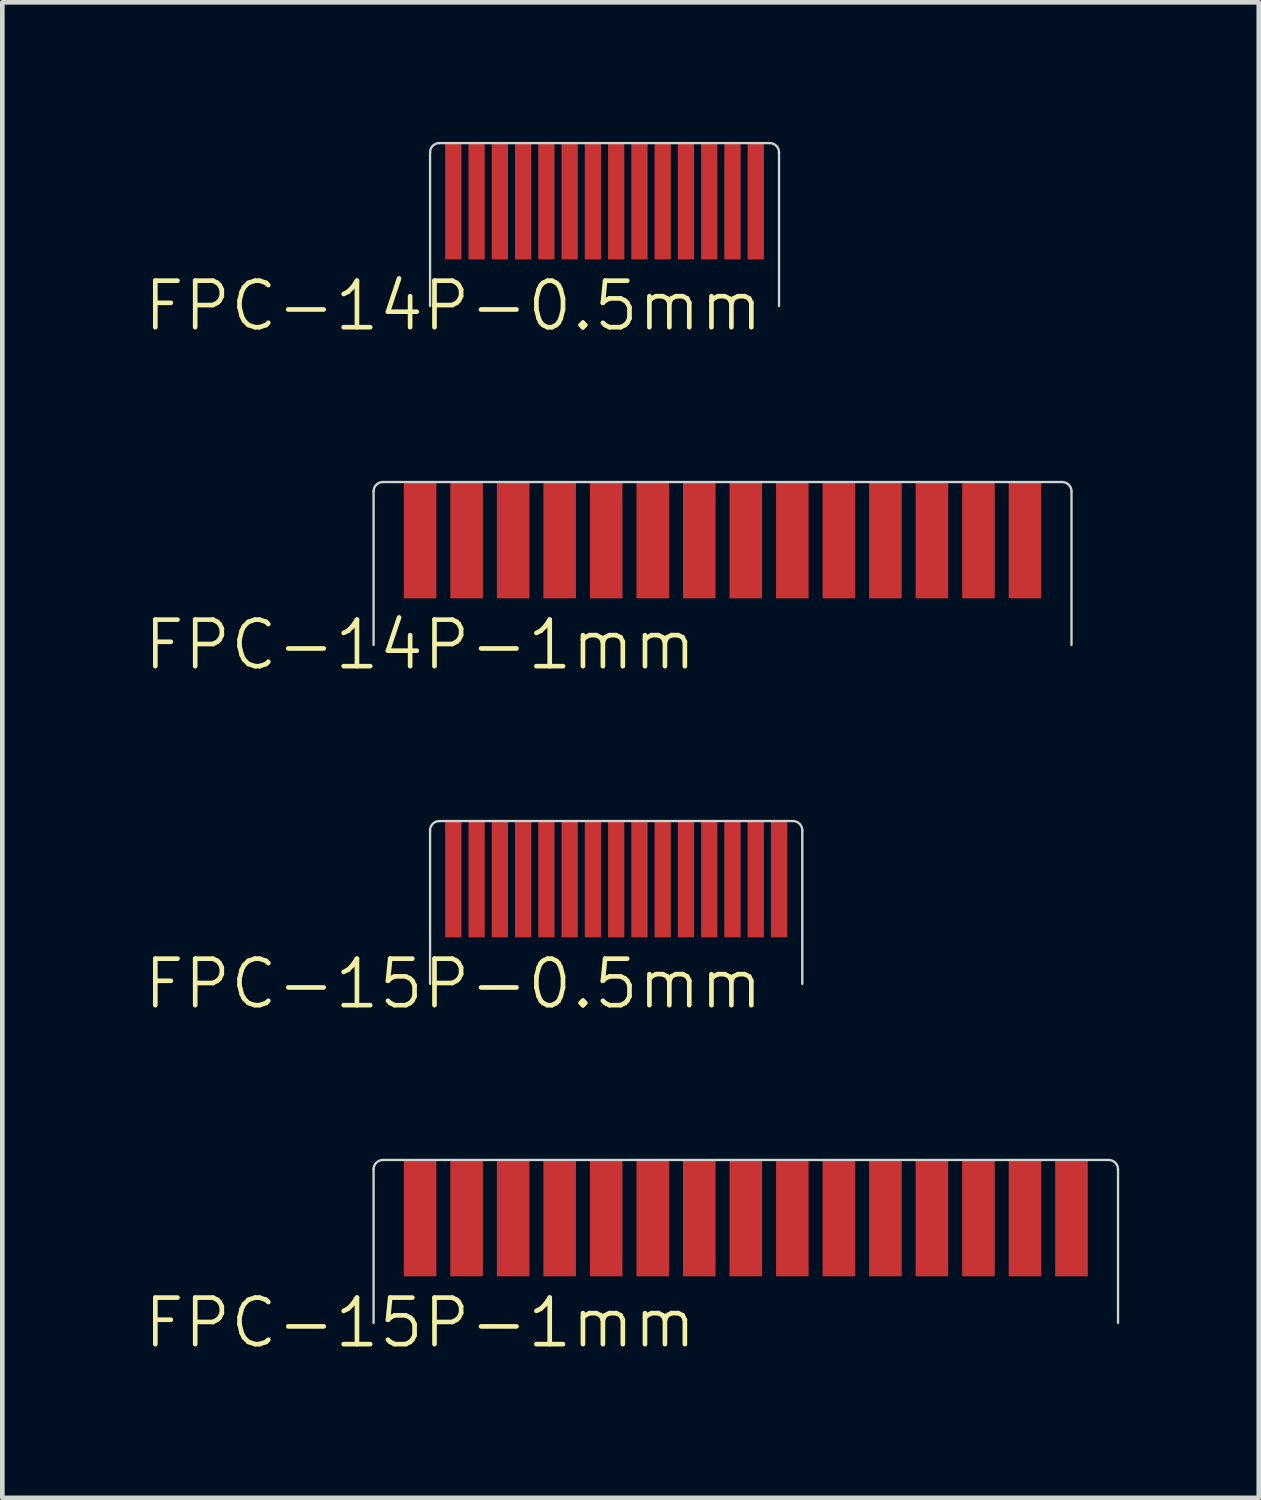
<source format=kicad_pcb>
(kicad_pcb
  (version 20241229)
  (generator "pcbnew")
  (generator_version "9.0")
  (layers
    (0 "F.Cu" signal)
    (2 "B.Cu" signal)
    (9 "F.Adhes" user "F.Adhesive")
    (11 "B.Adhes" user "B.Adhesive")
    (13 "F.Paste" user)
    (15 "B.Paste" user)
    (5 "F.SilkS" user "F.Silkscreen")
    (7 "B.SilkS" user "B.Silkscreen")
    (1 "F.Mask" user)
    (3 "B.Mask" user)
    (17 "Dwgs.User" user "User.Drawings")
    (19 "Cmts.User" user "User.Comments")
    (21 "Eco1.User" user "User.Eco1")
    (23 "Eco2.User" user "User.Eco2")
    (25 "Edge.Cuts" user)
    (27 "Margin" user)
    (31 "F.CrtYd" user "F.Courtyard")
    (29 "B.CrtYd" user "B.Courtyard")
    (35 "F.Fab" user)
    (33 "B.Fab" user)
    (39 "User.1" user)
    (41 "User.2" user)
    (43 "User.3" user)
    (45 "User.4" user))
  (footprint "FPC-14P-1mm"
    (layer "F.Cu")
    (at 5.979 8.56)
    (property "Reference" "FPC-14P-1mm" (at 0 2.25 0) (unlocked yes) (layer "F.SilkS") (effects (font (size 1 1) (thickness 0.1))))
    (attr smd)
    (fp_line (start -1 2.25) (end -1 -1.05) (stroke (width 0.05) (type default)) (layer "Edge.Cuts"))
    (fp_line (start -0.8 -1.25) (end 13.8 -1.25) (stroke (width 0.05) (type default)) (layer "Edge.Cuts"))
    (fp_line (start 14 2.25) (end 14 -1.05) (stroke (width 0.05) (type default)) (layer "Edge.Cuts"))
    (fp_arc (start -1 -1.05) (mid -0.941421 -1.191421) (end -0.8 -1.25) (stroke (width 0.05) (type default)) (layer "Edge.Cuts"))
    (fp_arc (start 13.8 -1.25) (mid 13.941421 -1.191421) (end 14 -1.05) (stroke (width 0.05) (type default)) (layer "Edge.Cuts"))
    (fp_line (start -1 2.25) (end -1 -1.05) (stroke (width 0.05) (type default)) (layer "User.1"))
    (fp_line (start -1 2.25) (end 14 2.25) (stroke (width 0.05) (type default)) (layer "User.1"))
    (fp_line (start -0.8 -1.25) (end 13.8 -1.25) (stroke (width 0.05) (type default)) (layer "User.1"))
    (fp_line (start 14 2.25) (end 14 -1.05) (stroke (width 0.05) (type default)) (layer "User.1"))
    (fp_arc (start -1 -1.05) (mid -0.941421 -1.191421) (end -0.8 -1.25) (stroke (width 0.05) (type default)) (layer "User.1"))
    (fp_arc (start 13.8 -1.25) (mid 13.941421 -1.191421) (end 14 -1.05) (stroke (width 0.05) (type default)) (layer "User.1"))
    (pad "1" smd rect (at 0 0 90) (size 2.5 0.7) (layers "F.Cu" "F.Mask" "F.Paste"))
    (pad "2" smd rect (at 1 0 90) (size 2.5 0.7) (layers "F.Cu" "F.Mask" "F.Paste"))
    (pad "3" smd rect (at 2 0 90) (size 2.5 0.7) (layers "F.Cu" "F.Mask" "F.Paste"))
    (pad "4" smd rect (at 3 0 90) (size 2.5 0.7) (layers "F.Cu" "F.Mask" "F.Paste"))
    (pad "5" smd rect (at 4 0 90) (size 2.5 0.7) (layers "F.Cu" "F.Mask" "F.Paste"))
    (pad "6" smd rect (at 5 0 90) (size 2.5 0.7) (layers "F.Cu" "F.Mask" "F.Paste"))
    (pad "7" smd rect (at 6 0 90) (size 2.5 0.7) (layers "F.Cu" "F.Mask" "F.Paste"))
    (pad "8" smd rect (at 7 0 90) (size 2.5 0.7) (layers "F.Cu" "F.Mask" "F.Paste"))
    (pad "9" smd rect (at 8 0 90) (size 2.5 0.7) (layers "F.Cu" "F.Mask" "F.Paste"))
    (pad "10" smd rect (at 9 0 90) (size 2.5 0.7) (layers "F.Cu" "F.Mask" "F.Paste"))
    (pad "11" smd rect (at 10 0 90) (size 2.5 0.7) (layers "F.Cu" "F.Mask" "F.Paste"))
    (pad "12" smd rect (at 11 0 90) (size 2.5 0.7) (layers "F.Cu" "F.Mask" "F.Paste"))
    (pad "13" smd rect (at 12 0 90) (size 2.5 0.7) (layers "F.Cu" "F.Mask" "F.Paste"))
    (pad "14" smd rect (at 13 0 90) (size 2.5 0.7) (layers "F.Cu" "F.Mask" "F.Paste")))
  (footprint "FPC-15P-0.5mm"
    (layer "F.Cu")
    (at 6.693 15.846)
    (property "Reference" "FPC-15P-0.5mm" (at 0 2.25 0) (unlocked yes) (layer "F.SilkS") (effects (font (size 1 1) (thickness 0.1))))
    (attr smd)
    (fp_line (start -0.5 2.25) (end -0.5 -1.05) (stroke (width 0.05) (type default)) (layer "Edge.Cuts"))
    (fp_line (start -0.3 -1.25) (end 7.3 -1.25) (stroke (width 0.05) (type default)) (layer "Edge.Cuts"))
    (fp_line (start 7.5 2.25) (end 7.5 -1.05) (stroke (width 0.05) (type default)) (layer "Edge.Cuts"))
    (fp_arc (start -0.5 -1.05) (mid -0.441421 -1.191421) (end -0.3 -1.25) (stroke (width 0.05) (type default)) (layer "Edge.Cuts"))
    (fp_arc (start 7.3 -1.25) (mid 7.441421 -1.191421) (end 7.5 -1.05) (stroke (width 0.05) (type default)) (layer "Edge.Cuts"))
    (fp_line (start -0.5 2.25) (end -0.5 -1.05) (stroke (width 0.05) (type default)) (layer "User.1"))
    (fp_line (start -0.5 2.25) (end 7.5 2.25) (stroke (width 0.05) (type default)) (layer "User.1"))
    (fp_line (start -0.3 -1.25) (end 7.3 -1.25) (stroke (width 0.05) (type default)) (layer "User.1"))
    (fp_line (start 7.5 2.25) (end 7.5 -1.05) (stroke (width 0.05) (type default)) (layer "User.1"))
    (fp_arc (start -0.5 -1.05) (mid -0.441421 -1.191421) (end -0.3 -1.25) (stroke (width 0.05) (type default)) (layer "User.1"))
    (fp_arc (start 7.3 -1.25) (mid 7.441421 -1.191421) (end 7.5 -1.05) (stroke (width 0.05) (type default)) (layer "User.1"))
    (pad "1" smd rect (at 0 0 90) (size 2.5 0.35) (layers "F.Cu" "F.Mask" "F.Paste"))
    (pad "2" smd rect (at 0.5 0 90) (size 2.5 0.35) (layers "F.Cu" "F.Mask" "F.Paste"))
    (pad "3" smd rect (at 1 0 90) (size 2.5 0.35) (layers "F.Cu" "F.Mask" "F.Paste"))
    (pad "4" smd rect (at 1.5 0 90) (size 2.5 0.35) (layers "F.Cu" "F.Mask" "F.Paste"))
    (pad "5" smd rect (at 2 0 90) (size 2.5 0.35) (layers "F.Cu" "F.Mask" "F.Paste"))
    (pad "6" smd rect (at 2.5 0 90) (size 2.5 0.35) (layers "F.Cu" "F.Mask" "F.Paste"))
    (pad "7" smd rect (at 3 0 90) (size 2.5 0.35) (layers "F.Cu" "F.Mask" "F.Paste"))
    (pad "8" smd rect (at 3.5 0 90) (size 2.5 0.35) (layers "F.Cu" "F.Mask" "F.Paste"))
    (pad "9" smd rect (at 4 0 90) (size 2.5 0.35) (layers "F.Cu" "F.Mask" "F.Paste"))
    (pad "10" smd rect (at 4.5 0 90) (size 2.5 0.35) (layers "F.Cu" "F.Mask" "F.Paste"))
    (pad "11" smd rect (at 5 0 90) (size 2.5 0.35) (layers "F.Cu" "F.Mask" "F.Paste"))
    (pad "12" smd rect (at 5.5 0 90) (size 2.5 0.35) (layers "F.Cu" "F.Mask" "F.Paste"))
    (pad "13" smd rect (at 6 0 90) (size 2.5 0.35) (layers "F.Cu" "F.Mask" "F.Paste"))
    (pad "14" smd rect (at 6.5 0 90) (size 2.5 0.35) (layers "F.Cu" "F.Mask" "F.Paste"))
    (pad "15" smd rect (at 7 0 90) (size 2.5 0.35) (layers "F.Cu" "F.Mask" "F.Paste")))
  (footprint "FPC-14P-0.5mm"
    (layer "F.Cu")
    (at 6.693 1.275)
    (property "Reference" "FPC-14P-0.5mm" (at 0 2.25 0) (unlocked yes) (layer "F.SilkS") (effects (font (size 1 1) (thickness 0.1))))
    (attr smd)
    (fp_line (start -0.5 2.25) (end -0.5 -1.05) (stroke (width 0.05) (type default)) (layer "Edge.Cuts"))
    (fp_line (start -0.3 -1.25) (end 6.8 -1.25) (stroke (width 0.05) (type default)) (layer "Edge.Cuts"))
    (fp_line (start 7 2.25) (end 7 -1.05) (stroke (width 0.05) (type default)) (layer "Edge.Cuts"))
    (fp_arc (start -0.5 -1.05) (mid -0.441421 -1.191421) (end -0.3 -1.25) (stroke (width 0.05) (type default)) (layer "Edge.Cuts"))
    (fp_arc (start 6.8 -1.25) (mid 6.941421 -1.191421) (end 7 -1.05) (stroke (width 0.05) (type default)) (layer "Edge.Cuts"))
    (fp_line (start -0.5 2.25) (end -0.5 -1.05) (stroke (width 0.05) (type default)) (layer "User.1"))
    (fp_line (start -0.5 2.25) (end 7 2.25) (stroke (width 0.05) (type default)) (layer "User.1"))
    (fp_line (start -0.3 -1.25) (end 6.8 -1.25) (stroke (width 0.05) (type default)) (layer "User.1"))
    (fp_line (start 7 2.25) (end 7 -1.05) (stroke (width 0.05) (type default)) (layer "User.1"))
    (fp_arc (start -0.5 -1.05) (mid -0.441421 -1.191421) (end -0.3 -1.25) (stroke (width 0.05) (type default)) (layer "User.1"))
    (fp_arc (start 6.8 -1.25) (mid 6.941421 -1.191421) (end 7 -1.05) (stroke (width 0.05) (type default)) (layer "User.1"))
    (pad "1" smd rect (at 0 0 90) (size 2.5 0.35) (layers "F.Cu" "F.Mask" "F.Paste"))
    (pad "2" smd rect (at 0.5 0 90) (size 2.5 0.35) (layers "F.Cu" "F.Mask" "F.Paste"))
    (pad "3" smd rect (at 1 0 90) (size 2.5 0.35) (layers "F.Cu" "F.Mask" "F.Paste"))
    (pad "4" smd rect (at 1.5 0 90) (size 2.5 0.35) (layers "F.Cu" "F.Mask" "F.Paste"))
    (pad "5" smd rect (at 2 0 90) (size 2.5 0.35) (layers "F.Cu" "F.Mask" "F.Paste"))
    (pad "6" smd rect (at 2.5 0 90) (size 2.5 0.35) (layers "F.Cu" "F.Mask" "F.Paste"))
    (pad "7" smd rect (at 3 0 90) (size 2.5 0.35) (layers "F.Cu" "F.Mask" "F.Paste"))
    (pad "8" smd rect (at 3.5 0 90) (size 2.5 0.35) (layers "F.Cu" "F.Mask" "F.Paste"))
    (pad "9" smd rect (at 4 0 90) (size 2.5 0.35) (layers "F.Cu" "F.Mask" "F.Paste"))
    (pad "10" smd rect (at 4.5 0 90) (size 2.5 0.35) (layers "F.Cu" "F.Mask" "F.Paste"))
    (pad "11" smd rect (at 5 0 90) (size 2.5 0.35) (layers "F.Cu" "F.Mask" "F.Paste"))
    (pad "12" smd rect (at 5.5 0 90) (size 2.5 0.35) (layers "F.Cu" "F.Mask" "F.Paste"))
    (pad "13" smd rect (at 6 0 90) (size 2.5 0.35) (layers "F.Cu" "F.Mask" "F.Paste"))
    (pad "14" smd rect (at 6.5 0 90) (size 2.5 0.35) (layers "F.Cu" "F.Mask" "F.Paste")))
  (footprint "FPC-15P-1mm"
    (layer "F.Cu")
    (at 5.979 23.131)
    (property "Reference" "FPC-15P-1mm" (at 0 2.25 0) (unlocked yes) (layer "F.SilkS") (effects (font (size 1 1) (thickness 0.1))))
    (attr smd)
    (fp_line (start -1 2.25) (end -1 -1.05) (stroke (width 0.05) (type default)) (layer "Edge.Cuts"))
    (fp_line (start -0.8 -1.25) (end 14.8 -1.25) (stroke (width 0.05) (type default)) (layer "Edge.Cuts"))
    (fp_line (start 15 2.25) (end 15 -1.05) (stroke (width 0.05) (type default)) (layer "Edge.Cuts"))
    (fp_arc (start -1 -1.05) (mid -0.941421 -1.191421) (end -0.8 -1.25) (stroke (width 0.05) (type default)) (layer "Edge.Cuts"))
    (fp_arc (start 14.8 -1.25) (mid 14.941421 -1.191421) (end 15 -1.05) (stroke (width 0.05) (type default)) (layer "Edge.Cuts"))
    (fp_line (start -1 2.25) (end -1 -1.05) (stroke (width 0.05) (type default)) (layer "User.1"))
    (fp_line (start -1 2.25) (end 15 2.25) (stroke (width 0.05) (type default)) (layer "User.1"))
    (fp_line (start -0.8 -1.25) (end 14.8 -1.25) (stroke (width 0.05) (type default)) (layer "User.1"))
    (fp_line (start 15 2.25) (end 15 -1.05) (stroke (width 0.05) (type default)) (layer "User.1"))
    (fp_arc (start -1 -1.05) (mid -0.941421 -1.191421) (end -0.8 -1.25) (stroke (width 0.05) (type default)) (layer "User.1"))
    (fp_arc (start 14.8 -1.25) (mid 14.941421 -1.191421) (end 15 -1.05) (stroke (width 0.05) (type default)) (layer "User.1"))
    (pad "1" smd rect (at 0 0 90) (size 2.5 0.7) (layers "F.Cu" "F.Mask" "F.Paste"))
    (pad "2" smd rect (at 1 0 90) (size 2.5 0.7) (layers "F.Cu" "F.Mask" "F.Paste"))
    (pad "3" smd rect (at 2 0 90) (size 2.5 0.7) (layers "F.Cu" "F.Mask" "F.Paste"))
    (pad "4" smd rect (at 3 0 90) (size 2.5 0.7) (layers "F.Cu" "F.Mask" "F.Paste"))
    (pad "5" smd rect (at 4 0 90) (size 2.5 0.7) (layers "F.Cu" "F.Mask" "F.Paste"))
    (pad "6" smd rect (at 5 0 90) (size 2.5 0.7) (layers "F.Cu" "F.Mask" "F.Paste"))
    (pad "7" smd rect (at 6 0 90) (size 2.5 0.7) (layers "F.Cu" "F.Mask" "F.Paste"))
    (pad "8" smd rect (at 7 0 90) (size 2.5 0.7) (layers "F.Cu" "F.Mask" "F.Paste"))
    (pad "9" smd rect (at 8 0 90) (size 2.5 0.7) (layers "F.Cu" "F.Mask" "F.Paste"))
    (pad "10" smd rect (at 9 0 90) (size 2.5 0.7) (layers "F.Cu" "F.Mask" "F.Paste"))
    (pad "11" smd rect (at 10 0 90) (size 2.5 0.7) (layers "F.Cu" "F.Mask" "F.Paste"))
    (pad "12" smd rect (at 11 0 90) (size 2.5 0.7) (layers "F.Cu" "F.Mask" "F.Paste"))
    (pad "13" smd rect (at 12 0 90) (size 2.5 0.7) (layers "F.Cu" "F.Mask" "F.Paste"))
    (pad "14" smd rect (at 13 0 90) (size 2.5 0.7) (layers "F.Cu" "F.Mask" "F.Paste"))
    (pad "15" smd rect (at 14 0 90) (size 2.5 0.7) (layers "F.Cu" "F.Mask" "F.Paste")))
  (gr_rect
    (start -3 -3)
    (end 24.004 29.142)
    (stroke (width 0.1) (type default))
    (fill no)
    (layer "Edge.Cuts")))
</source>
